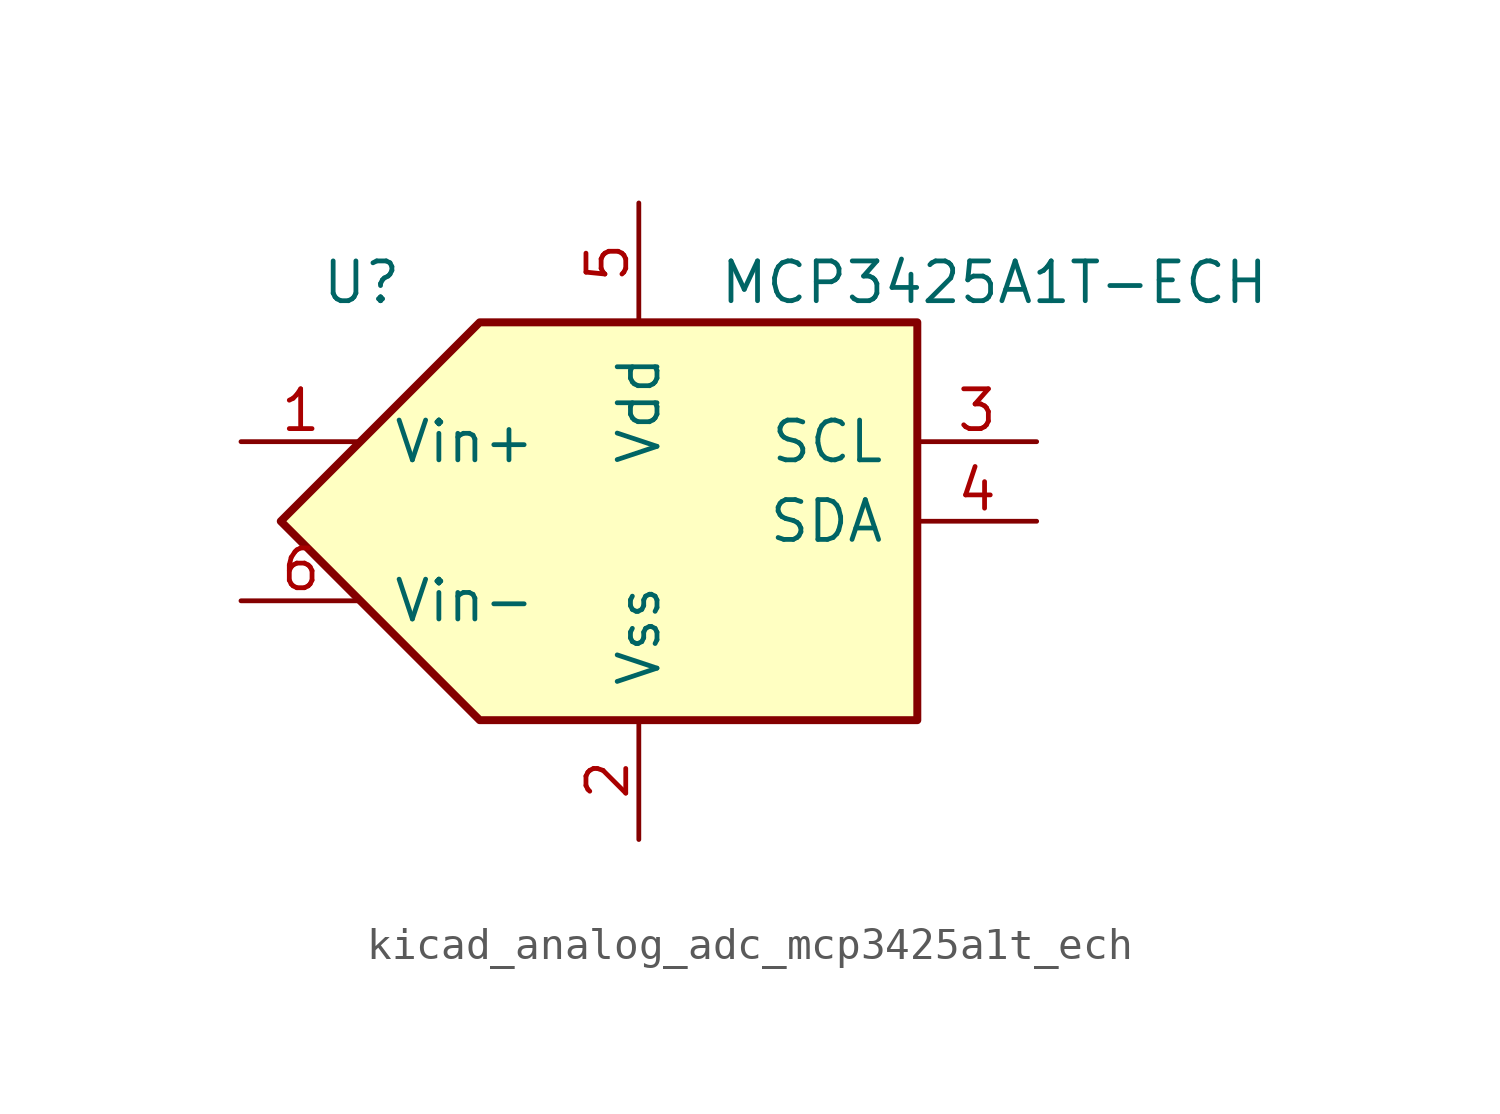
<source format=kicad_sym>
(kicad_symbol_lib
  (version 20220914)
  (generator kicad_symbol_editor)
  (symbol "kicad_analog_adc_mcp3425a1t_ech"
    (pin_names
      (offset 1.016))
    (property "Reference" "U"
      (at -10.16 7.62 0)
      (effects (font (size 1.27 1.27)) (justify left)))
    (property "Value" "MCP3425A1T-ECH"
      (at 2.54 7.62 0)
      (effects (font (size 1.27 1.27)) (justify left)))
    (symbol "kicad_analog_adc_mcp3425a1t_ech_0_1"
      (polyline (pts (xy -5.08 6.35) (xy 8.89 6.35) (xy 8.89 0) (xy 8.89 -6.35) (xy -5.08 -6.35) (xy -11.43 0) (xy -5.08 6.35)) (stroke (width 0.254) (type default)) (fill (type background))))
    (symbol "kicad_analog_adc_mcp3425a1t_ech_1_1"
      (pin passive line (at -12.7 2.54 0) (length 3.81) (name "Vin+" (effects (font (size 1.27 1.27)))) (number "1" (effects (font (size 1.27 1.27)))))
      (pin power_in line (at 0 -10.16 90) (length 3.81) (name "Vss" (effects (font (size 1.27 1.27)))) (number "2" (effects (font (size 1.27 1.27)))))
      (pin input line (at 12.7 2.54 180) (length 3.81) (name "SCL" (effects (font (size 1.27 1.27)))) (number "3" (effects (font (size 1.27 1.27)))))
      (pin bidirectional line (at 12.7 0 180) (length 3.81) (name "SDA" (effects (font (size 1.27 1.27)))) (number "4" (effects (font (size 1.27 1.27)))))
      (pin power_in line (at 0 10.16 270) (length 3.81) (name "Vdd" (effects (font (size 1.27 1.27)))) (number "5" (effects (font (size 1.27 1.27)))))
      (pin passive line (at -12.7 -2.54 0) (length 3.81) (name "Vin-" (effects (font (size 1.27 1.27)))) (number "6" (effects (font (size 1.27 1.27))))))))
</source>
